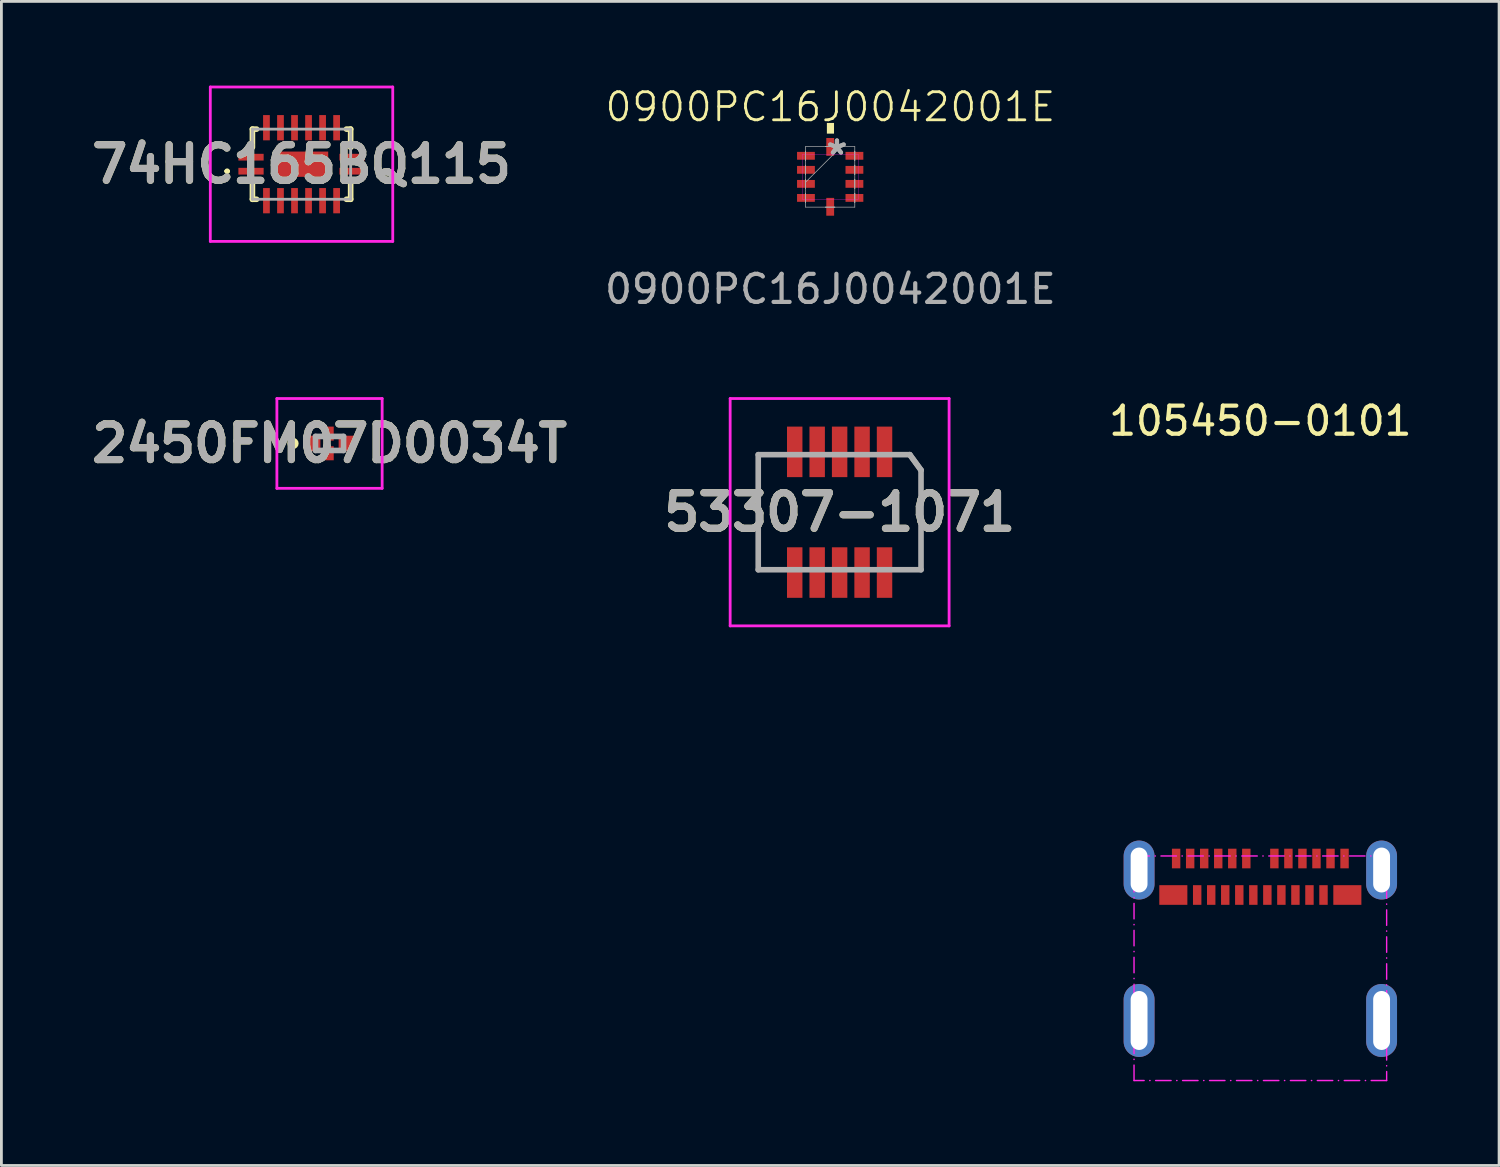
<source format=kicad_pcb>
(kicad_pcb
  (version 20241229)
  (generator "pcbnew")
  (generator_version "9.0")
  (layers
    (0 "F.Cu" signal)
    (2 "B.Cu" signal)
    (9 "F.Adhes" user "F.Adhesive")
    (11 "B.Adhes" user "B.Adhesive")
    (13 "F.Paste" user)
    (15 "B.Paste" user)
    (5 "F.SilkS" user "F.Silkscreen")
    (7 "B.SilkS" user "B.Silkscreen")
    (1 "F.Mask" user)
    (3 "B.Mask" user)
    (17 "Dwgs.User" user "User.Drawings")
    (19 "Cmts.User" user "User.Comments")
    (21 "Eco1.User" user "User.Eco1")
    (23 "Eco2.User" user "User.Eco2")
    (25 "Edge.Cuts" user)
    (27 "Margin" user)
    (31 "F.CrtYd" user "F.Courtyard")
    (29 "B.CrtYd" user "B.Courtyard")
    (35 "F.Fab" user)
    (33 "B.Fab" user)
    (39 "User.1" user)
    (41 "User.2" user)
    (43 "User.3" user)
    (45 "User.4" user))
  (footprint "53307-1071"
    (layer "F.Cu")
    (at 26.864 15.199)
    (property "Reference" "53307-1071" (at 0 0 0) (layer "F.SilkS") (effects (font (size 1.27 1.27) (thickness 0.254))))
    (attr smd)
    (fp_line (start -2.9 -2.05) (end -2.9 2.05) (stroke (width 0.1) (type solid)) (layer "F.SilkS"))
    (fp_line (start -2.9 2.05) (end -2.5 2.05) (stroke (width 0.1) (type solid)) (layer "F.SilkS"))
    (fp_line (start -2.5 -2.05) (end -2.9 -2.05) (stroke (width 0.1) (type solid)) (layer "F.SilkS"))
    (fp_line (start 2.5 2.05) (end 2.9 2.05) (stroke (width 0.1) (type solid)) (layer "F.SilkS"))
    (fp_line (start 2.9 -1.5) (end 2.5 -2.05) (stroke (width 0.1) (type solid)) (layer "F.SilkS"))
    (fp_line (start 2.9 2.05) (end 2.9 -1.5) (stroke (width 0.1) (type solid)) (layer "F.SilkS"))
    (fp_line (start -3.9 -4.05) (end 3.9 -4.05) (stroke (width 0.1) (type solid)) (layer "F.CrtYd"))
    (fp_line (start -3.9 4.05) (end -3.9 -4.05) (stroke (width 0.1) (type solid)) (layer "F.CrtYd"))
    (fp_line (start 3.9 -4.05) (end 3.9 4.05) (stroke (width 0.1) (type solid)) (layer "F.CrtYd"))
    (fp_line (start 3.9 4.05) (end -3.9 4.05) (stroke (width 0.1) (type solid)) (layer "F.CrtYd"))
    (fp_line (start -2.9 -2.05) (end 2.5 -2.05) (stroke (width 0.2) (type solid)) (layer "F.Fab"))
    (fp_line (start -2.9 2.05) (end -2.9 -2.05) (stroke (width 0.2) (type solid)) (layer "F.Fab"))
    (fp_line (start 2.5 -2.05) (end 2.9 -1.5) (stroke (width 0.2) (type solid)) (layer "F.Fab"))
    (fp_line (start 2.5 -2.05) (end 2.9 -1.5) (stroke (width 0.2) (type solid)) (layer "F.Fab"))
    (fp_line (start 2.9 -1.5) (end 2.9 2.05) (stroke (width 0.2) (type solid)) (layer "F.Fab"))
    (fp_line (start 2.9 2.05) (end -2.9 2.05) (stroke (width 0.2) (type solid)) (layer "F.Fab"))
    (fp_text user "${REFERENCE}" (at 0 0 0) (layer "F.Fab") (effects (font (size 1.27 1.27) (thickness 0.254))))
    (pad "1" smd rect (at 1.6 -2.15) (size 0.55 1.8) (layers "F.Cu" "F.Mask" "F.Paste"))
    (pad "2" smd rect (at 1.6 2.15) (size 0.55 1.8) (layers "F.Cu" "F.Mask" "F.Paste"))
    (pad "3" smd rect (at 0.8 -2.15) (size 0.55 1.8) (layers "F.Cu" "F.Mask" "F.Paste"))
    (pad "4" smd rect (at 0.8 2.15) (size 0.55 1.8) (layers "F.Cu" "F.Mask" "F.Paste"))
    (pad "5" smd rect (at 0 -2.15) (size 0.55 1.8) (layers "F.Cu" "F.Mask" "F.Paste"))
    (pad "6" smd rect (at 0 2.15) (size 0.55 1.8) (layers "F.Cu" "F.Mask" "F.Paste"))
    (pad "7" smd rect (at -0.8 -2.15) (size 0.55 1.8) (layers "F.Cu" "F.Mask" "F.Paste"))
    (pad "8" smd rect (at -0.8 2.15) (size 0.55 1.8) (layers "F.Cu" "F.Mask" "F.Paste"))
    (pad "9" smd rect (at -1.6 -2.15) (size 0.55 1.8) (layers "F.Cu" "F.Mask" "F.Paste"))
    (pad "10" smd rect (at -1.6 2.15) (size 0.55 1.8) (layers "F.Cu" "F.Mask" "F.Paste")))
  (footprint "105450-0101"
    (layer "F.Cu")
    (at 41.853 27.947)
    (property "Reference" "105450-0101" (at 0 -16 0) (unlocked yes) (layer "F.SilkS") (effects (font (size 1 1) (thickness 0.15))))
    (attr smd)
    (fp_rect (start -4.5 -0.5) (end 4.5 7.5) (stroke (width 0.05) (type dash_dot)) (fill no) (layer "F.CrtYd"))
    (pad "A1" smd rect (at -3 -0.41) (size 0.3 0.7) (layers "F.Cu" "F.Mask" "F.Paste"))
    (pad "A2" smd rect (at -2.5 -0.41) (size 0.3 0.7) (layers "F.Cu" "F.Mask" "F.Paste"))
    (pad "A3" smd rect (at -2 -0.41) (size 0.3 0.7) (layers "F.Cu" "F.Mask" "F.Paste"))
    (pad "A4" smd rect (at -1.5 -0.41) (size 0.3 0.7) (layers "F.Cu" "F.Mask" "F.Paste"))
    (pad "A5" smd rect (at -1 -0.41) (size 0.3 0.7) (layers "F.Cu" "F.Mask" "F.Paste"))
    (pad "A6" smd rect (at -0.5 -0.41) (size 0.3 0.7) (layers "F.Cu" "F.Mask" "F.Paste"))
    (pad "A7" smd rect (at 0.5 -0.41) (size 0.3 0.7) (layers "F.Cu" "F.Mask" "F.Paste"))
    (pad "A8" smd rect (at 1 -0.41) (size 0.3 0.7) (layers "F.Cu" "F.Mask" "F.Paste"))
    (pad "A9" smd rect (at 1.5 -0.41) (size 0.3 0.7) (layers "F.Cu" "F.Mask" "F.Paste"))
    (pad "A10" smd rect (at 2 -0.41) (size 0.3 0.7) (layers "F.Cu" "F.Mask" "F.Paste"))
    (pad "A11" smd rect (at 2.5 -0.41) (size 0.3 0.7) (layers "F.Cu" "F.Mask" "F.Paste"))
    (pad "A12" smd rect (at 3 -0.41) (size 0.3 0.7) (layers "F.Cu" "F.Mask" "F.Paste"))
    (pad "B1" smd rect (at 3.1 0.89) (size 1 0.7) (layers "F.Cu" "F.Mask" "F.Paste"))
    (pad "B2" smd rect (at 2.25 0.89) (size 0.3 0.7) (layers "F.Cu" "F.Mask" "F.Paste"))
    (pad "B3" smd rect (at 1.75 0.89) (size 0.3 0.7) (layers "F.Cu" "F.Mask" "F.Paste"))
    (pad "B4" smd rect (at 1.25 0.89) (size 0.3 0.7) (layers "F.Cu" "F.Mask" "F.Paste"))
    (pad "B5" smd rect (at 0.75 0.89) (size 0.3 0.7) (layers "F.Cu" "F.Mask" "F.Paste"))
    (pad "B6" smd rect (at 0.25 0.89) (size 0.3 0.7) (layers "F.Cu" "F.Mask" "F.Paste"))
    (pad "B7" smd rect (at -0.25 0.89) (size 0.3 0.7) (layers "F.Cu" "F.Mask" "F.Paste"))
    (pad "B8" smd rect (at -0.75 0.89) (size 0.3 0.7) (layers "F.Cu" "F.Mask" "F.Paste"))
    (pad "B9" smd rect (at -1.25 0.89) (size 0.3 0.7) (layers "F.Cu" "F.Mask" "F.Paste"))
    (pad "B10" smd rect (at -1.75 0.89) (size 0.3 0.7) (layers "F.Cu" "F.Mask" "F.Paste"))
    (pad "B11" smd rect (at -2.25 0.89) (size 0.3 0.7) (layers "F.Cu" "F.Mask" "F.Paste"))
    (pad "B12" smd rect (at -3.1 0.89) (size 1 0.7) (layers "F.Cu" "F.Mask" "F.Paste"))
    (pad "MH1" thru_hole oval (at -4.32 0) (size 1.1 2.1) (drill oval 0.6 1.6) (layers "*.Cu" "*.Mask"))
    (pad "MH2" thru_hole oval (at -4.32 5.36) (size 1.1 2.6) (drill oval 0.6 2.1) (layers "*.Cu" "*.Mask"))
    (pad "MH3" thru_hole oval (at 4.32 0) (size 1.1 2.1) (drill oval 0.6 1.6) (layers "*.Cu" "*.Mask"))
    (pad "MH4" thru_hole oval (at 4.32 5.36) (size 1.1 2.6) (drill oval 0.6 2.1) (layers "*.Cu" "*.Mask")))
  (footprint "0900PC16J0042001E"
    (layer "F.Cu")
    (at 26.534 3.251)
    (property "Reference" "0900PC16J0042001E" (at 0 -2.49 0) (unlocked yes) (layer "F.SilkS") (effects (font (size 1 1) (thickness 0.1))))
    (attr through_hole)
    (fp_rect (start -0.124 -1.921) (end 0.13 -1.54) (stroke (width 0) (type solid)) (fill yes) (layer "F.SilkS"))
    (fp_rect (start -1 -0.8) (end 1 0.8) (stroke (width 0.01) (type solid)) (fill no) (layer "F.CrtYd"))
    (fp_line (start -0.883 -1.08) (end -0.883 1.079) (stroke (width 0.025) (type solid)) (layer "F.Fab"))
    (fp_line (start -0.883 -0.915) (end -0.883 -0.915) (stroke (width 0.025) (type solid)) (layer "F.Fab"))
    (fp_line (start -0.883 -0.915) (end -0.883 -0.585) (stroke (width 0.025) (type solid)) (layer "F.Fab"))
    (fp_line (start -0.883 -0.585) (end -0.883 -0.915) (stroke (width 0.025) (type solid)) (layer "F.Fab"))
    (fp_line (start -0.883 -0.585) (end -0.883 -0.585) (stroke (width 0.025) (type solid)) (layer "F.Fab"))
    (fp_line (start -0.883 -0.415) (end -0.883 -0.415) (stroke (width 0.025) (type solid)) (layer "F.Fab"))
    (fp_line (start -0.883 -0.415) (end -0.883 -0.085) (stroke (width 0.025) (type solid)) (layer "F.Fab"))
    (fp_line (start -0.883 -0.085) (end -0.883 -0.415) (stroke (width 0.025) (type solid)) (layer "F.Fab"))
    (fp_line (start -0.883 -0.085) (end -0.883 -0.085) (stroke (width 0.025) (type solid)) (layer "F.Fab"))
    (fp_line (start -0.883 0.085) (end -0.883 0.085) (stroke (width 0.025) (type solid)) (layer "F.Fab"))
    (fp_line (start -0.883 0.085) (end -0.883 0.415) (stroke (width 0.025) (type solid)) (layer "F.Fab"))
    (fp_line (start -0.883 0.19) (end 0.387 -1.08) (stroke (width 0.025) (type solid)) (layer "F.Fab"))
    (fp_line (start -0.883 0.415) (end -0.883 0.085) (stroke (width 0.025) (type solid)) (layer "F.Fab"))
    (fp_line (start -0.883 0.415) (end -0.883 0.415) (stroke (width 0.025) (type solid)) (layer "F.Fab"))
    (fp_line (start -0.883 0.585) (end -0.883 0.585) (stroke (width 0.025) (type solid)) (layer "F.Fab"))
    (fp_line (start -0.883 0.585) (end -0.883 0.915) (stroke (width 0.025) (type solid)) (layer "F.Fab"))
    (fp_line (start -0.883 0.915) (end -0.883 0.585) (stroke (width 0.025) (type solid)) (layer "F.Fab"))
    (fp_line (start -0.883 0.915) (end -0.883 0.915) (stroke (width 0.025) (type solid)) (layer "F.Fab"))
    (fp_line (start -0.883 1.079) (end 0.87 1.079) (stroke (width 0.025) (type solid)) (layer "F.Fab"))
    (fp_line (start -0.172 -1.08) (end -0.172 -1.08) (stroke (width 0.025) (type solid)) (layer "F.Fab"))
    (fp_line (start -0.172 -1.08) (end 0.159 -1.08) (stroke (width 0.025) (type solid)) (layer "F.Fab"))
    (fp_line (start -0.172 1.079) (end -0.172 1.079) (stroke (width 0.025) (type solid)) (layer "F.Fab"))
    (fp_line (start -0.172 1.079) (end 0.159 1.079) (stroke (width 0.025) (type solid)) (layer "F.Fab"))
    (fp_line (start 0.159 -1.08) (end -0.172 -1.08) (stroke (width 0.025) (type solid)) (layer "F.Fab"))
    (fp_line (start 0.159 -1.08) (end 0.159 -1.08) (stroke (width 0.025) (type solid)) (layer "F.Fab"))
    (fp_line (start 0.159 1.079) (end -0.172 1.079) (stroke (width 0.025) (type solid)) (layer "F.Fab"))
    (fp_line (start 0.159 1.079) (end 0.159 1.079) (stroke (width 0.025) (type solid)) (layer "F.Fab"))
    (fp_line (start 0.87 -1.08) (end -0.883 -1.08) (stroke (width 0.025) (type solid)) (layer "F.Fab"))
    (fp_line (start 0.87 -0.915) (end 0.87 -0.915) (stroke (width 0.025) (type solid)) (layer "F.Fab"))
    (fp_line (start 0.87 -0.915) (end 0.87 -0.585) (stroke (width 0.025) (type solid)) (layer "F.Fab"))
    (fp_line (start 0.87 -0.585) (end 0.87 -0.915) (stroke (width 0.025) (type solid)) (layer "F.Fab"))
    (fp_line (start 0.87 -0.585) (end 0.87 -0.585) (stroke (width 0.025) (type solid)) (layer "F.Fab"))
    (fp_line (start 0.87 -0.415) (end 0.87 -0.415) (stroke (width 0.025) (type solid)) (layer "F.Fab"))
    (fp_line (start 0.87 -0.415) (end 0.87 -0.085) (stroke (width 0.025) (type solid)) (layer "F.Fab"))
    (fp_line (start 0.87 -0.085) (end 0.87 -0.415) (stroke (width 0.025) (type solid)) (layer "F.Fab"))
    (fp_line (start 0.87 -0.085) (end 0.87 -0.085) (stroke (width 0.025) (type solid)) (layer "F.Fab"))
    (fp_line (start 0.87 0.085) (end 0.87 0.085) (stroke (width 0.025) (type solid)) (layer "F.Fab"))
    (fp_line (start 0.87 0.085) (end 0.87 0.415) (stroke (width 0.025) (type solid)) (layer "F.Fab"))
    (fp_line (start 0.87 0.415) (end 0.87 0.085) (stroke (width 0.025) (type solid)) (layer "F.Fab"))
    (fp_line (start 0.87 0.415) (end 0.87 0.415) (stroke (width 0.025) (type solid)) (layer "F.Fab"))
    (fp_line (start 0.87 0.585) (end 0.87 0.585) (stroke (width 0.025) (type solid)) (layer "F.Fab"))
    (fp_line (start 0.87 0.585) (end 0.87 0.915) (stroke (width 0.025) (type solid)) (layer "F.Fab"))
    (fp_line (start 0.87 0.915) (end 0.87 0.585) (stroke (width 0.025) (type solid)) (layer "F.Fab"))
    (fp_line (start 0.87 0.915) (end 0.87 0.915) (stroke (width 0.025) (type solid)) (layer "F.Fab"))
    (fp_line (start 0.87 1.079) (end 0.87 -1.08) (stroke (width 0.025) (type solid)) (layer "F.Fab"))
    (fp_text user "*" (at 0.235 -0.75 0) (layer "F.Fab") (effects (font (size 1 1) (thickness 0.15))))
    (fp_text user "*" (at 0.235 -0.75 0) (unlocked yes) (layer "F.Fab") (effects (font (size 1 1) (thickness 0.15))))
    (fp_text user "${REFERENCE}" (at 0 4 0) (unlocked yes) (layer "F.Fab") (effects (font (size 1 1) (thickness 0.15))))
    (pad "1" smd rect (at -0.87 -0.75 90) (size 0.279 0.635) (layers "F.Cu" "F.Mask" "F.Paste"))
    (pad "2" smd rect (at -0.87 -0.25 90) (size 0.279 0.635) (layers "F.Cu" "F.Mask" "F.Paste"))
    (pad "3" smd rect (at -0.87 0.25 90) (size 0.279 0.635) (layers "F.Cu" "F.Mask" "F.Paste"))
    (pad "4" smd rect (at -0.87 0.75 90) (size 0.279 0.635) (layers "F.Cu" "F.Mask" "F.Paste"))
    (pad "5" smd rect (at -0.006 1.067) (size 0.279 0.635) (layers "F.Cu" "F.Mask" "F.Paste"))
    (pad "6" smd rect (at 0.857 0.75 90) (size 0.279 0.635) (layers "F.Cu" "F.Mask" "F.Paste"))
    (pad "7" smd rect (at 0.857 0.25 90) (size 0.279 0.635) (layers "F.Cu" "F.Mask" "F.Paste"))
    (pad "8" smd rect (at 0.857 -0.25 90) (size 0.279 0.635) (layers "F.Cu" "F.Mask" "F.Paste"))
    (pad "9" smd rect (at 0.857 -0.75 90) (size 0.279 0.635) (layers "F.Cu" "F.Mask" "F.Paste"))
    (pad "10" smd rect (at -0.006 -1.067) (size 0.279 0.635) (layers "F.Cu" "F.Mask" "F.Paste")))
  (footprint "2450FM07D0034T"
    (layer "F.Cu")
    (at 8.69 12.749)
    (property "Reference" "2450FM07D0034T" (at 0 0 0) (layer "F.SilkS") (effects (font (size 1.27 1.27) (thickness 0.254))))
    (attr smd)
    (fp_line (start -1.3 -0.1) (end -1.3 -0.1) (stroke (width 0.2) (type solid)) (layer "F.SilkS"))
    (fp_line (start -1.3 0.1) (end -1.3 0.1) (stroke (width 0.2) (type solid)) (layer "F.SilkS"))
    (fp_arc (start -1.3 -0.1) (mid -1.2 0) (end -1.3 0.1) (stroke (width 0.2) (type solid)) (layer "F.SilkS"))
    (fp_arc (start -1.3 0.1) (mid -1.4 0) (end -1.3 -0.1) (stroke (width 0.2) (type solid)) (layer "F.SilkS"))
    (fp_line (start -1.875 -1.6) (end 1.875 -1.6) (stroke (width 0.1) (type solid)) (layer "F.CrtYd"))
    (fp_line (start -1.875 1.6) (end -1.875 -1.6) (stroke (width 0.1) (type solid)) (layer "F.CrtYd"))
    (fp_line (start 1.875 -1.6) (end 1.875 1.6) (stroke (width 0.1) (type solid)) (layer "F.CrtYd"))
    (fp_line (start 1.875 1.6) (end -1.875 1.6) (stroke (width 0.1) (type solid)) (layer "F.CrtYd"))
    (fp_line (start -0.5 -0.25) (end 0.5 -0.25) (stroke (width 0.2) (type solid)) (layer "F.Fab"))
    (fp_line (start -0.5 0.25) (end -0.5 -0.25) (stroke (width 0.2) (type solid)) (layer "F.Fab"))
    (fp_line (start 0.5 -0.25) (end 0.5 0.25) (stroke (width 0.2) (type solid)) (layer "F.Fab"))
    (fp_line (start 0.5 0.25) (end -0.5 0.25) (stroke (width 0.2) (type solid)) (layer "F.Fab"))
    (fp_text user "${REFERENCE}" (at 0 0 0) (layer "F.Fab") (effects (font (size 1.27 1.27) (thickness 0.254))))
    (pad "1" smd rect (at -0.6 0 90) (size 0.55 0.55) (layers "F.Cu" "F.Mask" "F.Paste"))
    (pad "2" smd rect (at 0 0.35) (size 0.3 0.5) (layers "F.Cu" "F.Mask" "F.Paste"))
    (pad "3" smd rect (at 0.6 0 90) (size 0.55 0.55) (layers "F.Cu" "F.Mask" "F.Paste"))
    (pad "4" smd rect (at 0 -0.35) (size 0.3 0.5) (layers "F.Cu" "F.Mask" "F.Paste")))
  (footprint "74HC165BQ115"
    (layer "F.Cu")
    (at 7.693 2.8)
    (property "Reference" "74HC165BQ115" (at 0 0 0) (layer "F.SilkS") (effects (font (size 1.27 1.27) (thickness 0.254))))
    (attr smd)
    (fp_line (start -2.7 0.25) (end -2.7 0.25) (stroke (width 0.1) (type solid)) (layer "F.SilkS"))
    (fp_line (start -2.6 0.25) (end -2.6 0.25) (stroke (width 0.1) (type solid)) (layer "F.SilkS"))
    (fp_line (start -1.75 -1.25) (end -1.6 -1.25) (stroke (width 0.2) (type solid)) (layer "F.SilkS"))
    (fp_line (start -1.75 -0.6) (end -1.75 -1.25) (stroke (width 0.2) (type solid)) (layer "F.SilkS"))
    (fp_line (start -1.75 0.6) (end -1.75 1.25) (stroke (width 0.2) (type solid)) (layer "F.SilkS"))
    (fp_line (start -1.75 1.25) (end -1.6 1.25) (stroke (width 0.2) (type solid)) (layer "F.SilkS"))
    (fp_line (start 1.6 -1.25) (end 1.75 -1.25) (stroke (width 0.2) (type solid)) (layer "F.SilkS"))
    (fp_line (start 1.75 -1.25) (end 1.75 -0.6) (stroke (width 0.2) (type solid)) (layer "F.SilkS"))
    (fp_line (start 1.75 0.6) (end 1.75 1.25) (stroke (width 0.2) (type solid)) (layer "F.SilkS"))
    (fp_line (start 1.75 1.25) (end 1.6 1.25) (stroke (width 0.2) (type solid)) (layer "F.SilkS"))
    (fp_arc (start -2.7 0.25) (mid -2.65 0.2) (end -2.6 0.25) (stroke (width 0.1) (type solid)) (layer "F.SilkS"))
    (fp_arc (start -2.6 0.25) (mid -2.65 0.3) (end -2.7 0.25) (stroke (width 0.1) (type solid)) (layer "F.SilkS"))
    (fp_line (start -3.25 -2.75) (end 3.25 -2.75) (stroke (width 0.1) (type solid)) (layer "F.CrtYd"))
    (fp_line (start -3.25 2.75) (end -3.25 -2.75) (stroke (width 0.1) (type solid)) (layer "F.CrtYd"))
    (fp_line (start 3.25 -2.75) (end 3.25 2.75) (stroke (width 0.1) (type solid)) (layer "F.CrtYd"))
    (fp_line (start 3.25 2.75) (end -3.25 2.75) (stroke (width 0.1) (type solid)) (layer "F.CrtYd"))
    (fp_line (start -1.75 -1.25) (end -1.75 1.25) (stroke (width 0.1) (type solid)) (layer "F.Fab"))
    (fp_line (start -1.75 1.25) (end 1.75 1.25) (stroke (width 0.1) (type solid)) (layer "F.Fab"))
    (fp_line (start 1.75 -1.25) (end -1.75 -1.25) (stroke (width 0.1) (type solid)) (layer "F.Fab"))
    (fp_line (start 1.75 1.25) (end 1.75 -1.25) (stroke (width 0.1) (type solid)) (layer "F.Fab"))
    (fp_text user "${REFERENCE}" (at 0 0 0) (layer "F.Fab") (effects (font (size 1.27 1.27) (thickness 0.254))))
    (pad "1" smd rect (at -1.8 0.25 90) (size 0.24 0.9) (layers "F.Cu" "F.Mask" "F.Paste"))
    (pad "2" smd rect (at -1.25 1.3) (size 0.24 0.9) (layers "F.Cu" "F.Mask" "F.Paste"))
    (pad "3" smd rect (at -0.75 1.3) (size 0.24 0.9) (layers "F.Cu" "F.Mask" "F.Paste"))
    (pad "4" smd rect (at -0.25 1.3) (size 0.24 0.9) (layers "F.Cu" "F.Mask" "F.Paste"))
    (pad "5" smd rect (at 0.25 1.3) (size 0.24 0.9) (layers "F.Cu" "F.Mask" "F.Paste"))
    (pad "6" smd rect (at 0.75 1.3) (size 0.24 0.9) (layers "F.Cu" "F.Mask" "F.Paste"))
    (pad "7" smd rect (at 1.25 1.3) (size 0.24 0.9) (layers "F.Cu" "F.Mask" "F.Paste"))
    (pad "8" smd rect (at 1.8 0.25 90) (size 0.24 0.9) (layers "F.Cu" "F.Mask" "F.Paste"))
    (pad "9" smd rect (at 1.8 -0.25 90) (size 0.24 0.9) (layers "F.Cu" "F.Mask" "F.Paste"))
    (pad "10" smd rect (at 1.25 -1.3) (size 0.24 0.9) (layers "F.Cu" "F.Mask" "F.Paste"))
    (pad "11" smd rect (at 0.75 -1.3) (size 0.24 0.9) (layers "F.Cu" "F.Mask" "F.Paste"))
    (pad "12" smd rect (at 0.25 -1.3) (size 0.24 0.9) (layers "F.Cu" "F.Mask" "F.Paste"))
    (pad "13" smd rect (at -0.25 -1.3) (size 0.24 0.9) (layers "F.Cu" "F.Mask" "F.Paste"))
    (pad "14" smd rect (at -0.75 -1.3) (size 0.24 0.9) (layers "F.Cu" "F.Mask" "F.Paste"))
    (pad "15" smd rect (at -1.25 -1.3) (size 0.24 0.9) (layers "F.Cu" "F.Mask" "F.Paste"))
    (pad "16" smd rect (at -1.8 -0.25 90) (size 0.24 0.9) (layers "F.Cu" "F.Mask" "F.Paste"))
    (pad "17" smd rect (at 0 0 90) (size 0.9 1.9) (layers "F.Cu" "F.Mask" "F.Paste")))
  (gr_rect
    (start -3 -3)
    (end 50.359 38.472)
    (stroke (width 0.1) (type default))
    (fill no)
    (layer "Edge.Cuts")))
</source>
